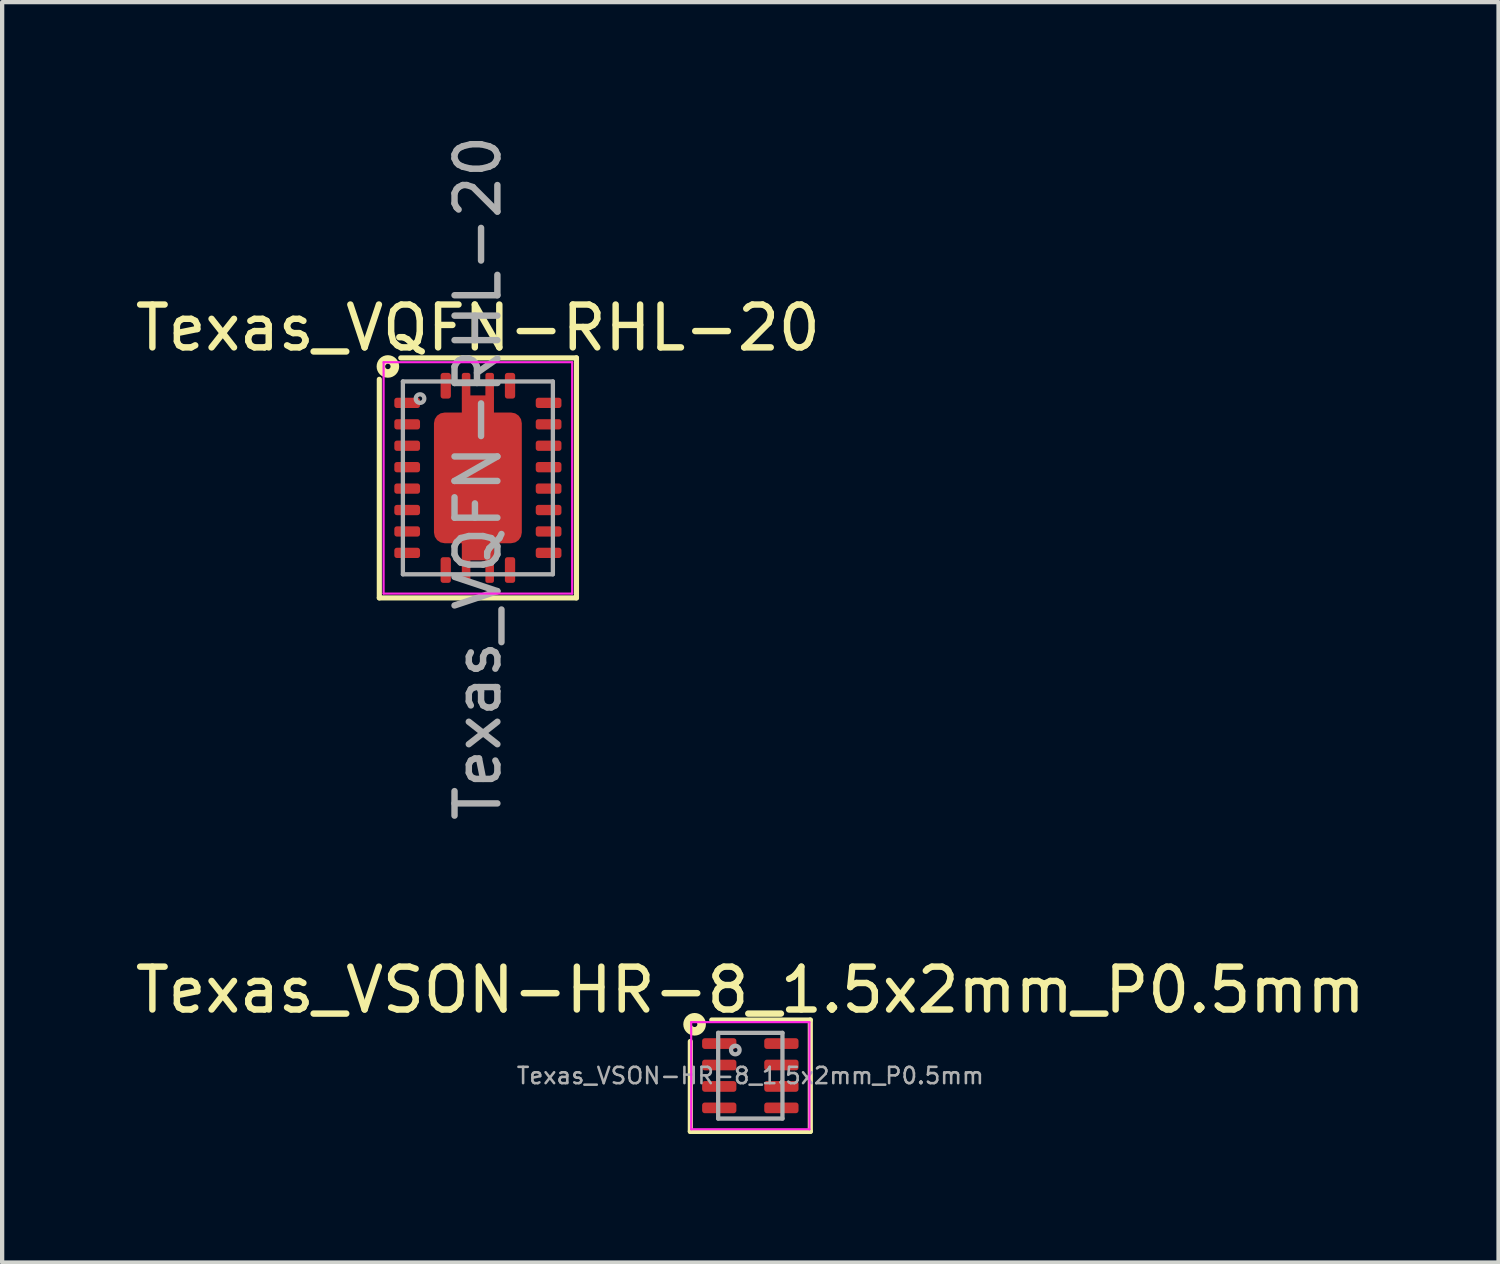
<source format=kicad_pcb>
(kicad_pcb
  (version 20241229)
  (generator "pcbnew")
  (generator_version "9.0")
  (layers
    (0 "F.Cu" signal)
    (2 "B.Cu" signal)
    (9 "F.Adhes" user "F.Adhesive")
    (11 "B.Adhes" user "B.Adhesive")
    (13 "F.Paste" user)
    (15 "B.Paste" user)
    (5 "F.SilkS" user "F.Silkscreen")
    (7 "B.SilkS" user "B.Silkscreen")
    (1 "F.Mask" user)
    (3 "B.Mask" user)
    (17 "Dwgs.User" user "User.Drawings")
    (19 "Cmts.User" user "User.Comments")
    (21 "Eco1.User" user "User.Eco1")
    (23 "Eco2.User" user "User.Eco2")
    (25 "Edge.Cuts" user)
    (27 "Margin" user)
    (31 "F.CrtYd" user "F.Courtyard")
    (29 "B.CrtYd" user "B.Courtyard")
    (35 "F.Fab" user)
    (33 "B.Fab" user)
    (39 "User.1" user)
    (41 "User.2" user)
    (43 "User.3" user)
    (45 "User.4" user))
  (footprint "Texas_VSON-HR-8_1.5x2mm_P0.5mm"
    (layer "F.Cu")
    (at 14.458 22.051)
    (property "Reference" "Texas_VSON-HR-8_1.5x2mm_P0.5mm" (at 0 -2 0) (layer "F.SilkS") (effects (font (size 1 1) (thickness 0.15))))
    (attr smd)
    (fp_line (start -1.4 1.3) (end -1.4 -0.8) (stroke (width 0.12) (type solid)) (layer "F.SilkS"))
    (fp_line (start -0.9 -1.3) (end 1.4 -1.3) (stroke (width 0.12) (type solid)) (layer "F.SilkS"))
    (fp_line (start 1.4 -1.3) (end 1.4 1.3) (stroke (width 0.12) (type solid)) (layer "F.SilkS"))
    (fp_line (start 1.4 1.3) (end -1.4 1.3) (stroke (width 0.12) (type solid)) (layer "F.SilkS"))
    (fp_circle (center -1.3 -1.2) (end -1.236 -1.2) (stroke (width 0.2) (type solid)) (fill no) (layer "F.SilkS"))
    (fp_line (start -1.38 -1.25) (end -1.38 1.25) (stroke (width 0.05) (type solid)) (layer "F.CrtYd"))
    (fp_line (start -1.38 1.25) (end 1.38 1.25) (stroke (width 0.05) (type solid)) (layer "F.CrtYd"))
    (fp_line (start 1.38 -1.25) (end -1.38 -1.25) (stroke (width 0.05) (type solid)) (layer "F.CrtYd"))
    (fp_line (start 1.38 1.25) (end 1.38 -1.25) (stroke (width 0.05) (type solid)) (layer "F.CrtYd"))
    (fp_line (start -0.75 -1) (end 0.75 -1) (stroke (width 0.1) (type solid)) (layer "F.Fab"))
    (fp_line (start -0.75 1) (end -0.75 -1) (stroke (width 0.1) (type solid)) (layer "F.Fab"))
    (fp_line (start 0.75 -1) (end 0.75 1) (stroke (width 0.1) (type solid)) (layer "F.Fab"))
    (fp_line (start 0.75 1) (end -0.75 1) (stroke (width 0.1) (type solid)) (layer "F.Fab"))
    (fp_circle (center -0.35 -0.6) (end -0.25 -0.6) (stroke (width 0.1) (type solid)) (fill no) (layer "F.Fab"))
    (fp_text user "${REFERENCE}" (at 0 0 0) (layer "F.Fab") (effects (font (size 0.38 0.38) (thickness 0.06))))
    (pad "1" smd roundrect (at -0.725 -0.75) (size 0.8 0.25) (layers "F.Cu" "F.Mask" "F.Paste") (roundrect_rratio 0.25))
    (pad "2" smd roundrect (at -0.725 -0.25) (size 0.8 0.25) (layers "F.Cu" "F.Mask" "F.Paste") (roundrect_rratio 0.25))
    (pad "3" smd roundrect (at -0.725 0.25) (size 0.8 0.25) (layers "F.Cu" "F.Mask" "F.Paste") (roundrect_rratio 0.25))
    (pad "4" smd roundrect (at -0.725 0.75) (size 0.8 0.25) (layers "F.Cu" "F.Mask" "F.Paste") (roundrect_rratio 0.25))
    (pad "5" smd roundrect (at 0.725 0.75) (size 0.8 0.25) (layers "F.Cu" "F.Mask" "F.Paste") (roundrect_rratio 0.25))
    (pad "6" smd roundrect (at 0.725 0.25) (size 0.8 0.25) (layers "F.Cu" "F.Mask" "F.Paste") (roundrect_rratio 0.25))
    (pad "7" smd roundrect (at 0.725 -0.25) (size 0.8 0.25) (layers "F.Cu" "F.Mask" "F.Paste") (roundrect_rratio 0.25))
    (pad "8" smd roundrect (at 0.725 -0.75) (size 0.8 0.25) (layers "F.Cu" "F.Mask" "F.Paste") (roundrect_rratio 0.25)))
  (footprint "Texas_VQFN-RHL-20"
    (layer "F.Cu")
    (at 8.101 8.101)
    (property "Reference" "Texas_VQFN-RHL-20" (at 0 -3.5 0) (layer "F.SilkS") (effects (font (size 1 1) (thickness 0.15))))
    (attr smd)
    (fp_line (start -2.3 -2.3) (end -2.3 2.8) (stroke (width 0.12) (type solid)) (layer "F.SilkS"))
    (fp_line (start -2.3 2.8) (end 2.3 2.8) (stroke (width 0.12) (type solid)) (layer "F.SilkS"))
    (fp_line (start 2.3 -2.8) (end -1.8 -2.8) (stroke (width 0.12) (type solid)) (layer "F.SilkS"))
    (fp_line (start 2.3 2.8) (end 2.3 -2.8) (stroke (width 0.12) (type solid)) (layer "F.SilkS"))
    (fp_circle (center -2.1 -2.6) (end -2.037 -2.6) (stroke (width 0.2) (type solid)) (fill no) (layer "F.SilkS"))
    (fp_line (start -2.2 -2.7) (end -2.2 2.7) (stroke (width 0.05) (type solid)) (layer "F.CrtYd"))
    (fp_line (start -2.2 -2.7) (end 2.2 -2.7) (stroke (width 0.05) (type solid)) (layer "F.CrtYd"))
    (fp_line (start -2.2 2.7) (end 2.2 2.7) (stroke (width 0.05) (type solid)) (layer "F.CrtYd"))
    (fp_line (start 2.2 -2.7) (end 2.2 2.7) (stroke (width 0.05) (type solid)) (layer "F.CrtYd"))
    (fp_line (start -1.75 -2.25) (end -1.75 2.25) (stroke (width 0.1) (type solid)) (layer "F.Fab"))
    (fp_line (start -1.75 -2.25) (end 1.75 -2.25) (stroke (width 0.1) (type solid)) (layer "F.Fab"))
    (fp_line (start -1.75 2.25) (end 1.75 2.25) (stroke (width 0.1) (type solid)) (layer "F.Fab"))
    (fp_line (start 1.75 -2.25) (end 1.75 2.25) (stroke (width 0.1) (type solid)) (layer "F.Fab"))
    (fp_circle (center -1.35 -1.85) (end -1.25 -1.85) (stroke (width 0.1) (type solid)) (fill no) (layer "F.Fab"))
    (fp_text user "${REFERENCE}" (at 0 0 90) (layer "F.Fab") (effects (font (size 1 1) (thickness 0.15))))
    (pad "" smd roundrect (at -0.56 -1.05) (size 0.92 0.85) (layers "F.Paste") (roundrect_rratio 0.25))
    (pad "" smd roundrect (at -0.56 0) (size 0.92 0.85) (layers "F.Paste") (roundrect_rratio 0.25))
    (pad "" smd roundrect (at -0.56 1.05) (size 0.92 0.85) (layers "F.Paste") (roundrect_rratio 0.25))
    (pad "" smd roundrect (at 0 -1.8) (size 0.75 0.25) (layers "F.Paste") (roundrect_rratio 0.25))
    (pad "" smd roundrect (at 0 1.8) (size 0.75 0.25) (layers "F.Paste") (roundrect_rratio 0.25))
    (pad "" smd roundrect (at 0.56 -1.05) (size 0.92 0.85) (layers "F.Paste") (roundrect_rratio 0.25))
    (pad "" smd roundrect (at 0.56 0) (size 0.92 0.85) (layers "F.Paste") (roundrect_rratio 0.25))
    (pad "" smd roundrect (at 0.56 1.05) (size 0.92 0.85) (layers "F.Paste") (roundrect_rratio 0.25))
    (pad "1" smd roundrect (at -0.75 -2.15) (size 0.24 0.6) (layers "F.Cu" "F.Mask" "F.Paste") (roundrect_rratio 0.25))
    (pad "2" smd roundrect (at -1.65 -1.75) (size 0.6 0.24) (layers "F.Cu" "F.Mask" "F.Paste") (roundrect_rratio 0.25))
    (pad "3" smd roundrect (at -1.65 -1.25) (size 0.6 0.24) (layers "F.Cu" "F.Mask" "F.Paste") (roundrect_rratio 0.25))
    (pad "4" smd roundrect (at -1.65 -0.75) (size 0.6 0.24) (layers "F.Cu" "F.Mask" "F.Paste") (roundrect_rratio 0.25))
    (pad "5" smd roundrect (at -1.65 -0.25) (size 0.6 0.24) (layers "F.Cu" "F.Mask" "F.Paste") (roundrect_rratio 0.25))
    (pad "6" smd roundrect (at -1.65 0.25) (size 0.6 0.24) (layers "F.Cu" "F.Mask" "F.Paste") (roundrect_rratio 0.25))
    (pad "7" smd roundrect (at -1.65 0.75) (size 0.6 0.24) (layers "F.Cu" "F.Mask" "F.Paste") (roundrect_rratio 0.25))
    (pad "8" smd roundrect (at -1.65 1.25) (size 0.6 0.24) (layers "F.Cu" "F.Mask" "F.Paste") (roundrect_rratio 0.25))
    (pad "9" smd roundrect (at -1.65 1.75) (size 0.6 0.24) (layers "F.Cu" "F.Mask" "F.Paste") (roundrect_rratio 0.25))
    (pad "10" smd roundrect (at -0.75 2.15) (size 0.24 0.6) (layers "F.Cu" "F.Mask" "F.Paste") (roundrect_rratio 0.25))
    (pad "11" smd roundrect (at 0.75 2.15) (size 0.24 0.6) (layers "F.Cu" "F.Mask" "F.Paste") (roundrect_rratio 0.25))
    (pad "12" smd roundrect (at 1.65 1.75) (size 0.6 0.24) (layers "F.Cu" "F.Mask" "F.Paste") (roundrect_rratio 0.25))
    (pad "13" smd roundrect (at 1.65 1.25) (size 0.6 0.24) (layers "F.Cu" "F.Mask" "F.Paste") (roundrect_rratio 0.25))
    (pad "14" smd roundrect (at 1.65 0.75) (size 0.6 0.24) (layers "F.Cu" "F.Mask" "F.Paste") (roundrect_rratio 0.25))
    (pad "15" smd roundrect (at 1.65 0.25) (size 0.6 0.24) (layers "F.Cu" "F.Mask" "F.Paste") (roundrect_rratio 0.25))
    (pad "16" smd roundrect (at 1.65 -0.25) (size 0.6 0.24) (layers "F.Cu" "F.Mask" "F.Paste") (roundrect_rratio 0.25))
    (pad "17" smd roundrect (at 1.65 -0.75) (size 0.6 0.24) (layers "F.Cu" "F.Mask" "F.Paste") (roundrect_rratio 0.25))
    (pad "18" smd roundrect (at 1.65 -1.25) (size 0.6 0.24) (layers "F.Cu" "F.Mask" "F.Paste") (roundrect_rratio 0.25))
    (pad "19" smd roundrect (at 1.65 -1.75) (size 0.6 0.24) (layers "F.Cu" "F.Mask" "F.Paste") (roundrect_rratio 0.25))
    (pad "20" smd roundrect (at 0.75 -2.15) (size 0.24 0.6) (layers "F.Cu" "F.Mask" "F.Paste") (roundrect_rratio 0.25))
    (pad "21" smd roundrect (at -0.275 -2.125) (size 0.2 0.65) (layers "F.Cu" "F.Mask" "F.Paste") (roundrect_rratio 0.25))
    (pad "21" smd roundrect (at -0.275 2.125) (size 0.2 0.65) (layers "F.Cu" "F.Mask" "F.Paste") (roundrect_rratio 0.25))
    (pad "21" smd roundrect (at 0 -1.55) (size 0.75 0.75) (layers "F.Cu" "F.Mask") (roundrect_rratio 0.122))
    (pad "21" smd roundrect (at 0 0) (size 2.05 3.05) (layers "F.Cu" "F.Mask") (roundrect_rratio 0.122))
    (pad "21" smd roundrect (at 0 1.55) (size 0.75 0.75) (layers "F.Cu" "F.Mask") (roundrect_rratio 0.122))
    (pad "21" smd roundrect (at 0.275 -2.125) (size 0.2 0.65) (layers "F.Cu" "F.Mask" "F.Paste") (roundrect_rratio 0.25))
    (pad "21" smd roundrect (at 0.275 2.125) (size 0.2 0.65) (layers "F.Cu" "F.Mask" "F.Paste") (roundrect_rratio 0.25)))
  (gr_rect
    (start -3 -3)
    (end 31.917 26.411)
    (stroke (width 0.1) (type default))
    (fill no)
    (layer "Edge.Cuts")))
</source>
